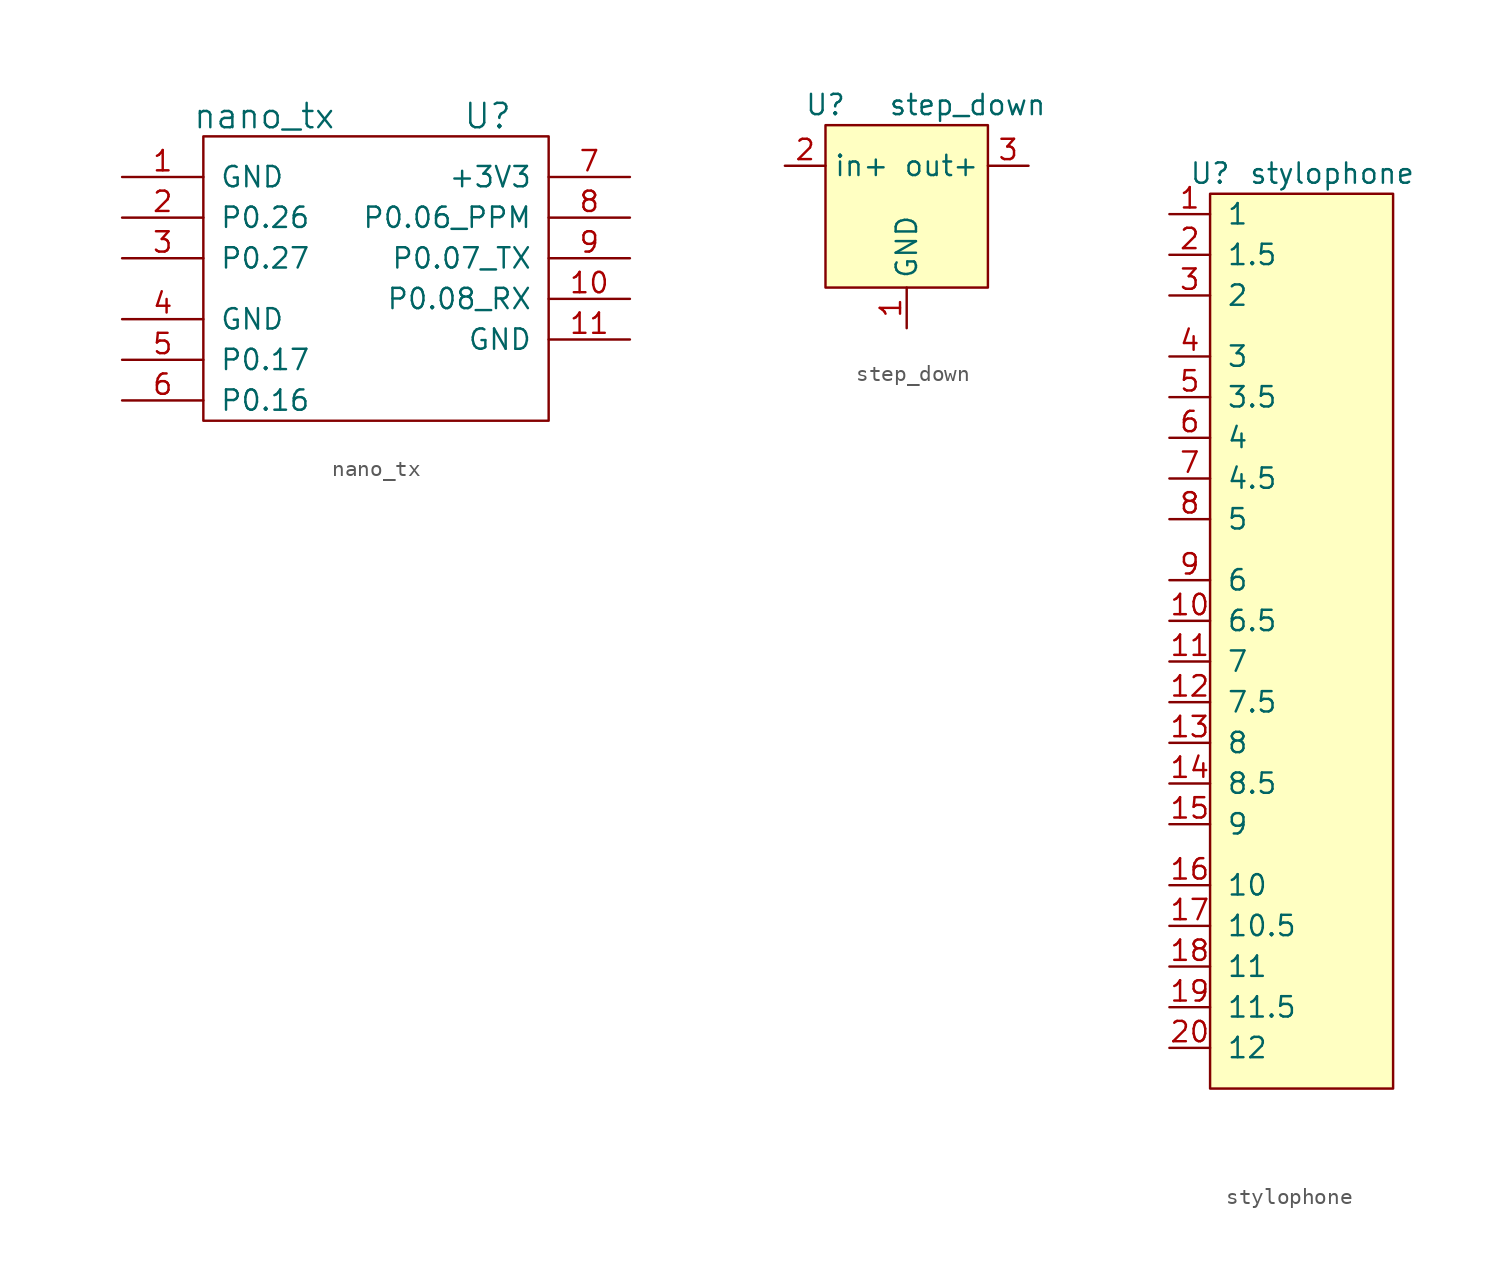
<source format=kicad_sym>
(kicad_symbol_lib
  (version 20211014)
  (generator kicad_symbol_editor)
  (symbol "nano_tx"
    (pin_names
      (offset 1.016))
    (property "Reference" "U"
      (at 7.62 10.16 0)
      (effects (font (size 1.524 1.524))))
    (property "Value" "nano_tx"
      (at -6.35 10.16 0)
      (effects (font (size 1.524 1.524))))
    (symbol "nano_tx_0_1"
      (rectangle (start -10.16 8.89) (end 11.43 -8.89) (stroke (width 0) (type default) (color 0 0 0 0)) (fill (type none))))
    (symbol "nano_tx_1_1"
      (pin input line (at -15.24 6.35 0) (length 5.08) (name "GND" (effects (font (size 1.27 1.27)))) (number "1" (effects (font (size 1.27 1.27)))))
      (pin input line (at 16.51 -1.27 180) (length 5.08) (name "P0.08_RX" (effects (font (size 1.27 1.27)))) (number "10" (effects (font (size 1.27 1.27)))))
      (pin input line (at 16.51 -3.81 180) (length 5.08) (name "GND" (effects (font (size 1.27 1.27)))) (number "11" (effects (font (size 1.27 1.27)))))
      (pin input line (at -15.24 3.81 0) (length 5.08) (name "P0.26" (effects (font (size 1.27 1.27)))) (number "2" (effects (font (size 1.27 1.27)))))
      (pin input line (at -15.24 1.27 0) (length 5.08) (name "P0.27" (effects (font (size 1.27 1.27)))) (number "3" (effects (font (size 1.27 1.27)))))
      (pin input line (at -15.24 -2.54 0) (length 5.08) (name "GND" (effects (font (size 1.27 1.27)))) (number "4" (effects (font (size 1.27 1.27)))))
      (pin input line (at -15.24 -5.08 0) (length 5.08) (name "P0.17" (effects (font (size 1.27 1.27)))) (number "5" (effects (font (size 1.27 1.27)))))
      (pin input line (at -15.24 -7.62 0) (length 5.08) (name "P0.16" (effects (font (size 1.27 1.27)))) (number "6" (effects (font (size 1.27 1.27)))))
      (pin input line (at 16.51 6.35 180) (length 5.08) (name "+3V3" (effects (font (size 1.27 1.27)))) (number "7" (effects (font (size 1.27 1.27)))))
      (pin input line (at 16.51 3.81 180) (length 5.08) (name "P0.06_PPM" (effects (font (size 1.27 1.27)))) (number "8" (effects (font (size 1.27 1.27)))))
      (pin input line (at 16.51 1.27 180) (length 5.08) (name "P0.07_TX" (effects (font (size 1.27 1.27)))) (number "9" (effects (font (size 1.27 1.27)))))))
  (symbol "step_down"
    (property "Reference" "U"
      (at -5.08 6.35 0)
      (effects (font (size 1.27 1.27))))
    (property "Value" "step_down"
      (at 3.81 6.35 0)
      (effects (font (size 1.27 1.27))))
    (symbol "step_down_0_1"
      (rectangle (start -5.08 5.08) (end 5.08 -5.08) (stroke (width 0.152) (type default) (color 0 0 0 0)) (fill (type background))))
    (symbol "step_down_1_1"
      (pin input line (at 0 -7.62 90) (length 2.54) (name "GND" (effects (font (size 1.27 1.27)))) (number "1" (effects (font (size 1.27 1.27)))))
      (pin input line (at -7.62 2.54 0) (length 2.54) (name "in+" (effects (font (size 1.27 1.27)))) (number "2" (effects (font (size 1.27 1.27)))))
      (pin input line (at 7.62 2.54 180) (length 2.54) (name "out+" (effects (font (size 1.27 1.27)))) (number "3" (effects (font (size 1.27 1.27)))))))
  (symbol "stylophone"
    (pin_names
      (offset 1.016))
    (property "Reference" "U"
      (at -5.08 22.86 0)
      (effects (font (size 1.27 1.27))))
    (property "Value" "stylophone"
      (at 2.54 22.86 0)
      (effects (font (size 1.27 1.27))))
    (symbol "stylophone_0_1"
      (rectangle (start -5.08 21.59) (end 6.35 -34.29) (stroke (width 0) (type default) (color 0 0 0 0)) (fill (type background))))
    (symbol "stylophone_1_1"
      (pin input line (at -7.62 20.32 0) (length 2.54) (name "1" (effects (font (size 1.27 1.27)))) (number "1" (effects (font (size 1.27 1.27)))))
      (pin input line (at -7.62 -5.08 0) (length 2.54) (name "6.5" (effects (font (size 1.27 1.27)))) (number "10" (effects (font (size 1.27 1.27)))))
      (pin input line (at -7.62 -7.62 0) (length 2.54) (name "7" (effects (font (size 1.27 1.27)))) (number "11" (effects (font (size 1.27 1.27)))))
      (pin input line (at -7.62 -10.16 0) (length 2.54) (name "7.5" (effects (font (size 1.27 1.27)))) (number "12" (effects (font (size 1.27 1.27)))))
      (pin input line (at -7.62 -12.7 0) (length 2.54) (name "8" (effects (font (size 1.27 1.27)))) (number "13" (effects (font (size 1.27 1.27)))))
      (pin input line (at -7.62 -15.24 0) (length 2.54) (name "8.5" (effects (font (size 1.27 1.27)))) (number "14" (effects (font (size 1.27 1.27)))))
      (pin input line (at -7.62 -17.78 0) (length 2.54) (name "9" (effects (font (size 1.27 1.27)))) (number "15" (effects (font (size 1.27 1.27)))))
      (pin input line (at -7.62 -21.59 0) (length 2.54) (name "10" (effects (font (size 1.27 1.27)))) (number "16" (effects (font (size 1.27 1.27)))))
      (pin input line (at -7.62 -24.13 0) (length 2.54) (name "10.5" (effects (font (size 1.27 1.27)))) (number "17" (effects (font (size 1.27 1.27)))))
      (pin input line (at -7.62 -26.67 0) (length 2.54) (name "11" (effects (font (size 1.27 1.27)))) (number "18" (effects (font (size 1.27 1.27)))))
      (pin input line (at -7.62 -29.21 0) (length 2.54) (name "11.5" (effects (font (size 1.27 1.27)))) (number "19" (effects (font (size 1.27 1.27)))))
      (pin input line (at -7.62 17.78 0) (length 2.54) (name "1.5" (effects (font (size 1.27 1.27)))) (number "2" (effects (font (size 1.27 1.27)))))
      (pin input line (at -7.62 -31.75 0) (length 2.54) (name "12" (effects (font (size 1.27 1.27)))) (number "20" (effects (font (size 1.27 1.27)))))
      (pin input line (at -7.62 15.24 0) (length 2.54) (name "2" (effects (font (size 1.27 1.27)))) (number "3" (effects (font (size 1.27 1.27)))))
      (pin input line (at -7.62 11.43 0) (length 2.54) (name "3" (effects (font (size 1.27 1.27)))) (number "4" (effects (font (size 1.27 1.27)))))
      (pin input line (at -7.62 8.89 0) (length 2.54) (name "3.5" (effects (font (size 1.27 1.27)))) (number "5" (effects (font (size 1.27 1.27)))))
      (pin input line (at -7.62 6.35 0) (length 2.54) (name "4" (effects (font (size 1.27 1.27)))) (number "6" (effects (font (size 1.27 1.27)))))
      (pin input line (at -7.62 3.81 0) (length 2.54) (name "4.5" (effects (font (size 1.27 1.27)))) (number "7" (effects (font (size 1.27 1.27)))))
      (pin input line (at -7.62 1.27 0) (length 2.54) (name "5" (effects (font (size 1.27 1.27)))) (number "8" (effects (font (size 1.27 1.27)))))
      (pin input line (at -7.62 -2.54 0) (length 2.54) (name "6" (effects (font (size 1.27 1.27)))) (number "9" (effects (font (size 1.27 1.27))))))))
</source>
